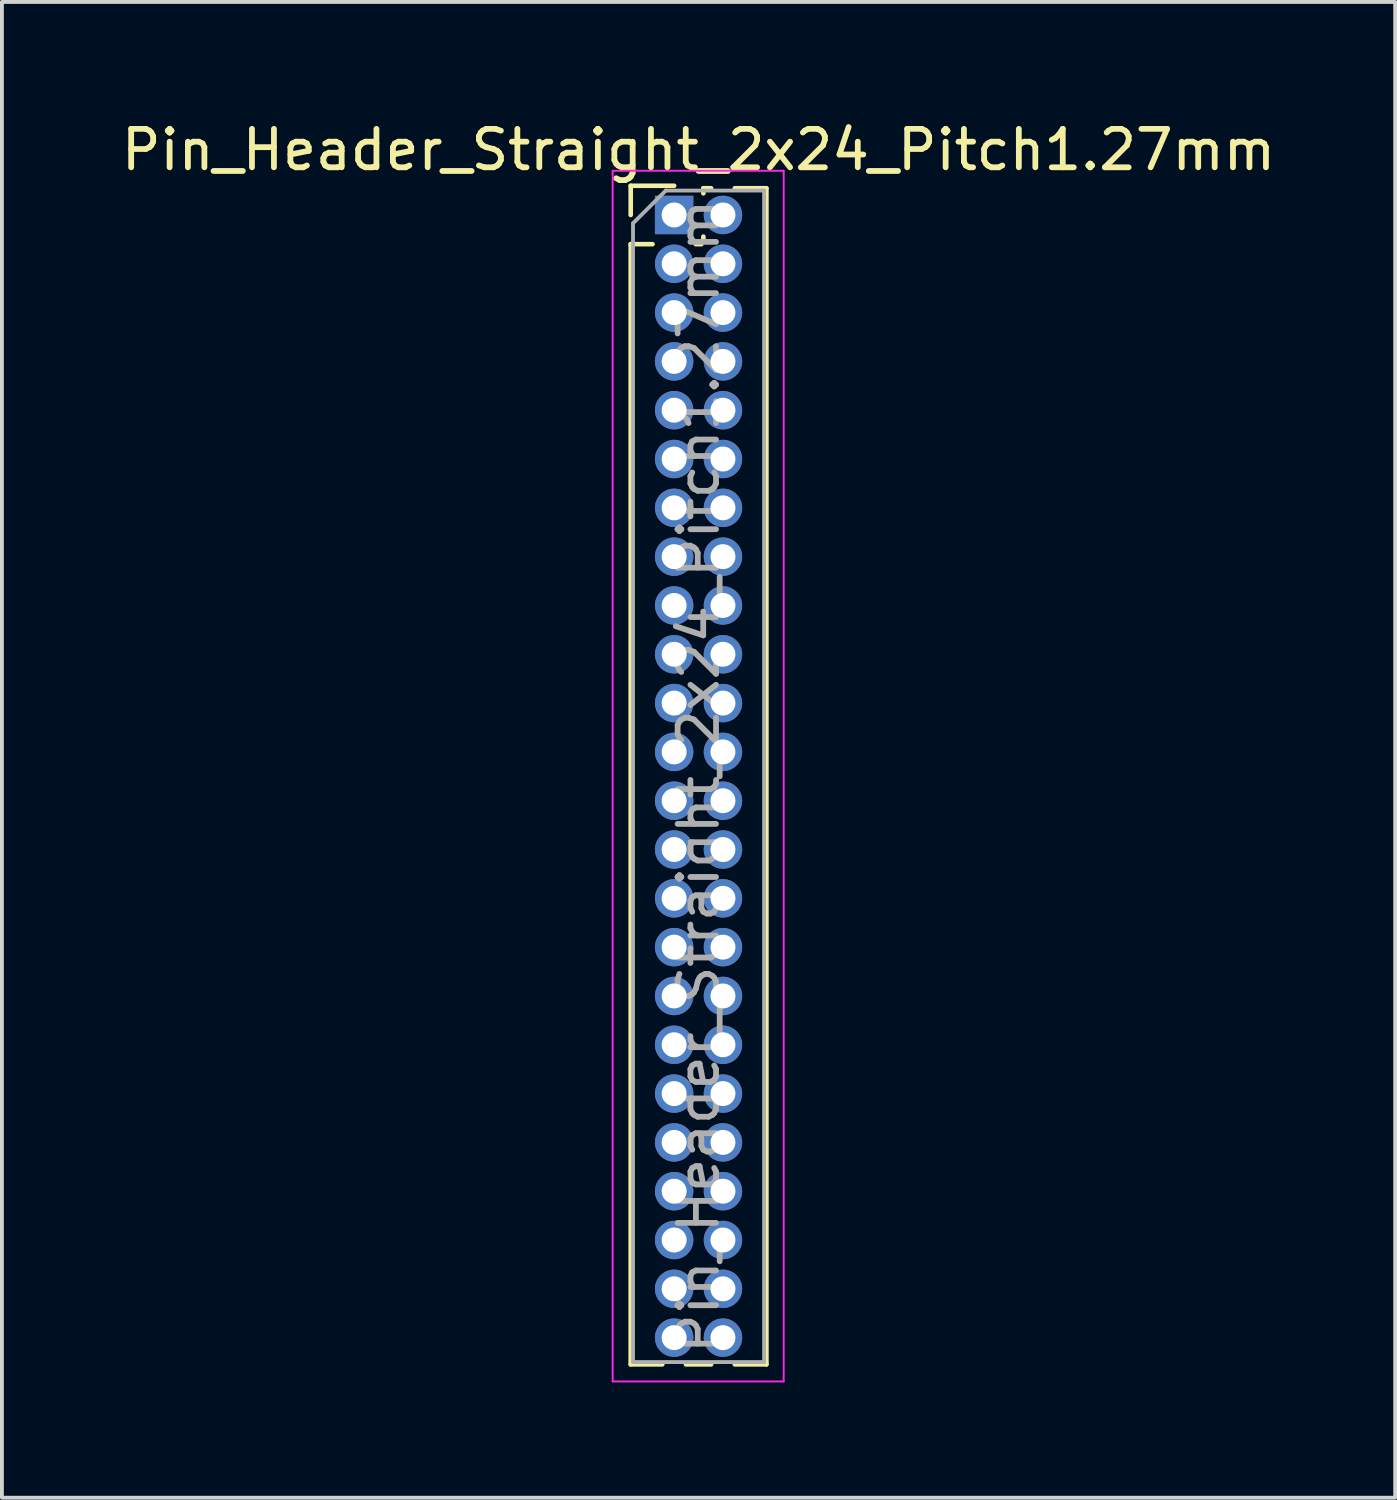
<source format=kicad_pcb>
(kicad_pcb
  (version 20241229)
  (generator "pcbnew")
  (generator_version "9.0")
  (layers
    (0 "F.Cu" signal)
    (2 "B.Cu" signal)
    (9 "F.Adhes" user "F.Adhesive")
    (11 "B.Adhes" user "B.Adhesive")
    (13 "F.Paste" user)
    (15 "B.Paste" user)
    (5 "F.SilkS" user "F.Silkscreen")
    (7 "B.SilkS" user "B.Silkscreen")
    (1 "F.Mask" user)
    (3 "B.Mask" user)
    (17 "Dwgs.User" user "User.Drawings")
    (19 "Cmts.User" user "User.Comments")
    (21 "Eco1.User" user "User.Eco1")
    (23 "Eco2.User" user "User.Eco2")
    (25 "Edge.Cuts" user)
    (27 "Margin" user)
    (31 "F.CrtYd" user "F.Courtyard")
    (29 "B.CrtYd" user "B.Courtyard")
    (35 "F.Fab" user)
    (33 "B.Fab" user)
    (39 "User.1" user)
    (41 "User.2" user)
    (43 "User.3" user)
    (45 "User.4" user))
  (footprint "Pin_Header_Straight_2x24_Pitch1.27mm"
    (layer "F.Cu")
    (at 14.49 2.543)
    (property "Reference" "Pin_Header_Straight_2x24_Pitch1.27mm" (at 0.635 -1.695 0) (layer "F.SilkS") (effects (font (size 1 1) (thickness 0.15))))
    (attr through_hole)
    (fp_line (start -1.13 -0.76) (end 0 -0.76) (stroke (width 0.12) (type solid)) (layer "F.SilkS"))
    (fp_line (start -1.13 0) (end -1.13 -0.76) (stroke (width 0.12) (type solid)) (layer "F.SilkS"))
    (fp_line (start -1.13 0.76) (end -1.13 29.905) (stroke (width 0.12) (type solid)) (layer "F.SilkS"))
    (fp_line (start -1.13 0.76) (end -0.563 0.76) (stroke (width 0.12) (type solid)) (layer "F.SilkS"))
    (fp_line (start -1.13 29.905) (end -0.308 29.905) (stroke (width 0.12) (type solid)) (layer "F.SilkS"))
    (fp_line (start 0.308 29.905) (end 0.962 29.905) (stroke (width 0.12) (type solid)) (layer "F.SilkS"))
    (fp_line (start 0.563 0.76) (end 0.707 0.76) (stroke (width 0.12) (type solid)) (layer "F.SilkS"))
    (fp_line (start 0.76 -0.695) (end 0.962 -0.695) (stroke (width 0.12) (type solid)) (layer "F.SilkS"))
    (fp_line (start 0.76 -0.563) (end 0.76 -0.695) (stroke (width 0.12) (type solid)) (layer "F.SilkS"))
    (fp_line (start 0.76 0.707) (end 0.76 0.563) (stroke (width 0.12) (type solid)) (layer "F.SilkS"))
    (fp_line (start 1.578 -0.695) (end 2.4 -0.695) (stroke (width 0.12) (type solid)) (layer "F.SilkS"))
    (fp_line (start 1.578 29.905) (end 2.4 29.905) (stroke (width 0.12) (type solid)) (layer "F.SilkS"))
    (fp_line (start 2.4 -0.695) (end 2.4 29.905) (stroke (width 0.12) (type solid)) (layer "F.SilkS"))
    (fp_line (start -1.6 -1.15) (end -1.6 30.35) (stroke (width 0.05) (type solid)) (layer "F.CrtYd"))
    (fp_line (start -1.6 30.35) (end 2.85 30.35) (stroke (width 0.05) (type solid)) (layer "F.CrtYd"))
    (fp_line (start 2.85 -1.15) (end -1.6 -1.15) (stroke (width 0.05) (type solid)) (layer "F.CrtYd"))
    (fp_line (start 2.85 30.35) (end 2.85 -1.15) (stroke (width 0.05) (type solid)) (layer "F.CrtYd"))
    (fp_line (start -1.07 0.217) (end -0.217 -0.635) (stroke (width 0.1) (type solid)) (layer "F.Fab"))
    (fp_line (start -1.07 29.845) (end -1.07 0.217) (stroke (width 0.1) (type solid)) (layer "F.Fab"))
    (fp_line (start -0.217 -0.635) (end 2.34 -0.635) (stroke (width 0.1) (type solid)) (layer "F.Fab"))
    (fp_line (start 2.34 -0.635) (end 2.34 29.845) (stroke (width 0.1) (type solid)) (layer "F.Fab"))
    (fp_line (start 2.34 29.845) (end -1.07 29.845) (stroke (width 0.1) (type solid)) (layer "F.Fab"))
    (fp_text user "${REFERENCE}" (at 0.635 14.605 90) (layer "F.Fab") (effects (font (size 1 1) (thickness 0.15))))
    (pad "1" thru_hole rect (at 0 0) (size 1 1) (drill 0.65) (layers "*.Cu" "*.Mask"))
    (pad "2" thru_hole oval (at 1.27 0) (size 1 1) (drill 0.65) (layers "*.Cu" "*.Mask"))
    (pad "3" thru_hole oval (at 0 1.27) (size 1 1) (drill 0.65) (layers "*.Cu" "*.Mask"))
    (pad "4" thru_hole oval (at 1.27 1.27) (size 1 1) (drill 0.65) (layers "*.Cu" "*.Mask"))
    (pad "5" thru_hole oval (at 0 2.54) (size 1 1) (drill 0.65) (layers "*.Cu" "*.Mask"))
    (pad "6" thru_hole oval (at 1.27 2.54) (size 1 1) (drill 0.65) (layers "*.Cu" "*.Mask"))
    (pad "7" thru_hole oval (at 0 3.81) (size 1 1) (drill 0.65) (layers "*.Cu" "*.Mask"))
    (pad "8" thru_hole oval (at 1.27 3.81) (size 1 1) (drill 0.65) (layers "*.Cu" "*.Mask"))
    (pad "9" thru_hole oval (at 0 5.08) (size 1 1) (drill 0.65) (layers "*.Cu" "*.Mask"))
    (pad "10" thru_hole oval (at 1.27 5.08) (size 1 1) (drill 0.65) (layers "*.Cu" "*.Mask"))
    (pad "11" thru_hole oval (at 0 6.35) (size 1 1) (drill 0.65) (layers "*.Cu" "*.Mask"))
    (pad "12" thru_hole oval (at 1.27 6.35) (size 1 1) (drill 0.65) (layers "*.Cu" "*.Mask"))
    (pad "13" thru_hole oval (at 0 7.62) (size 1 1) (drill 0.65) (layers "*.Cu" "*.Mask"))
    (pad "14" thru_hole oval (at 1.27 7.62) (size 1 1) (drill 0.65) (layers "*.Cu" "*.Mask"))
    (pad "15" thru_hole oval (at 0 8.89) (size 1 1) (drill 0.65) (layers "*.Cu" "*.Mask"))
    (pad "16" thru_hole oval (at 1.27 8.89) (size 1 1) (drill 0.65) (layers "*.Cu" "*.Mask"))
    (pad "17" thru_hole oval (at 0 10.16) (size 1 1) (drill 0.65) (layers "*.Cu" "*.Mask"))
    (pad "18" thru_hole oval (at 1.27 10.16) (size 1 1) (drill 0.65) (layers "*.Cu" "*.Mask"))
    (pad "19" thru_hole oval (at 0 11.43) (size 1 1) (drill 0.65) (layers "*.Cu" "*.Mask"))
    (pad "20" thru_hole oval (at 1.27 11.43) (size 1 1) (drill 0.65) (layers "*.Cu" "*.Mask"))
    (pad "21" thru_hole oval (at 0 12.7) (size 1 1) (drill 0.65) (layers "*.Cu" "*.Mask"))
    (pad "22" thru_hole oval (at 1.27 12.7) (size 1 1) (drill 0.65) (layers "*.Cu" "*.Mask"))
    (pad "23" thru_hole oval (at 0 13.97) (size 1 1) (drill 0.65) (layers "*.Cu" "*.Mask"))
    (pad "24" thru_hole oval (at 1.27 13.97) (size 1 1) (drill 0.65) (layers "*.Cu" "*.Mask"))
    (pad "25" thru_hole oval (at 0 15.24) (size 1 1) (drill 0.65) (layers "*.Cu" "*.Mask"))
    (pad "26" thru_hole oval (at 1.27 15.24) (size 1 1) (drill 0.65) (layers "*.Cu" "*.Mask"))
    (pad "27" thru_hole oval (at 0 16.51) (size 1 1) (drill 0.65) (layers "*.Cu" "*.Mask"))
    (pad "28" thru_hole oval (at 1.27 16.51) (size 1 1) (drill 0.65) (layers "*.Cu" "*.Mask"))
    (pad "29" thru_hole oval (at 0 17.78) (size 1 1) (drill 0.65) (layers "*.Cu" "*.Mask"))
    (pad "30" thru_hole oval (at 1.27 17.78) (size 1 1) (drill 0.65) (layers "*.Cu" "*.Mask"))
    (pad "31" thru_hole oval (at 0 19.05) (size 1 1) (drill 0.65) (layers "*.Cu" "*.Mask"))
    (pad "32" thru_hole oval (at 1.27 19.05) (size 1 1) (drill 0.65) (layers "*.Cu" "*.Mask"))
    (pad "33" thru_hole oval (at 0 20.32) (size 1 1) (drill 0.65) (layers "*.Cu" "*.Mask"))
    (pad "34" thru_hole oval (at 1.27 20.32) (size 1 1) (drill 0.65) (layers "*.Cu" "*.Mask"))
    (pad "35" thru_hole oval (at 0 21.59) (size 1 1) (drill 0.65) (layers "*.Cu" "*.Mask"))
    (pad "36" thru_hole oval (at 1.27 21.59) (size 1 1) (drill 0.65) (layers "*.Cu" "*.Mask"))
    (pad "37" thru_hole oval (at 0 22.86) (size 1 1) (drill 0.65) (layers "*.Cu" "*.Mask"))
    (pad "38" thru_hole oval (at 1.27 22.86) (size 1 1) (drill 0.65) (layers "*.Cu" "*.Mask"))
    (pad "39" thru_hole oval (at 0 24.13) (size 1 1) (drill 0.65) (layers "*.Cu" "*.Mask"))
    (pad "40" thru_hole oval (at 1.27 24.13) (size 1 1) (drill 0.65) (layers "*.Cu" "*.Mask"))
    (pad "41" thru_hole oval (at 0 25.4) (size 1 1) (drill 0.65) (layers "*.Cu" "*.Mask"))
    (pad "42" thru_hole oval (at 1.27 25.4) (size 1 1) (drill 0.65) (layers "*.Cu" "*.Mask"))
    (pad "43" thru_hole oval (at 0 26.67) (size 1 1) (drill 0.65) (layers "*.Cu" "*.Mask"))
    (pad "44" thru_hole oval (at 1.27 26.67) (size 1 1) (drill 0.65) (layers "*.Cu" "*.Mask"))
    (pad "45" thru_hole oval (at 0 27.94) (size 1 1) (drill 0.65) (layers "*.Cu" "*.Mask"))
    (pad "46" thru_hole oval (at 1.27 27.94) (size 1 1) (drill 0.65) (layers "*.Cu" "*.Mask"))
    (pad "47" thru_hole oval (at 0 29.21) (size 1 1) (drill 0.65) (layers "*.Cu" "*.Mask"))
    (pad "48" thru_hole oval (at 1.27 29.21) (size 1 1) (drill 0.65) (layers "*.Cu" "*.Mask")))
  (gr_rect
    (start -3 -3)
    (end 33.25 35.918)
    (stroke (width 0.1) (type default))
    (fill no)
    (layer "Edge.Cuts")))
</source>
